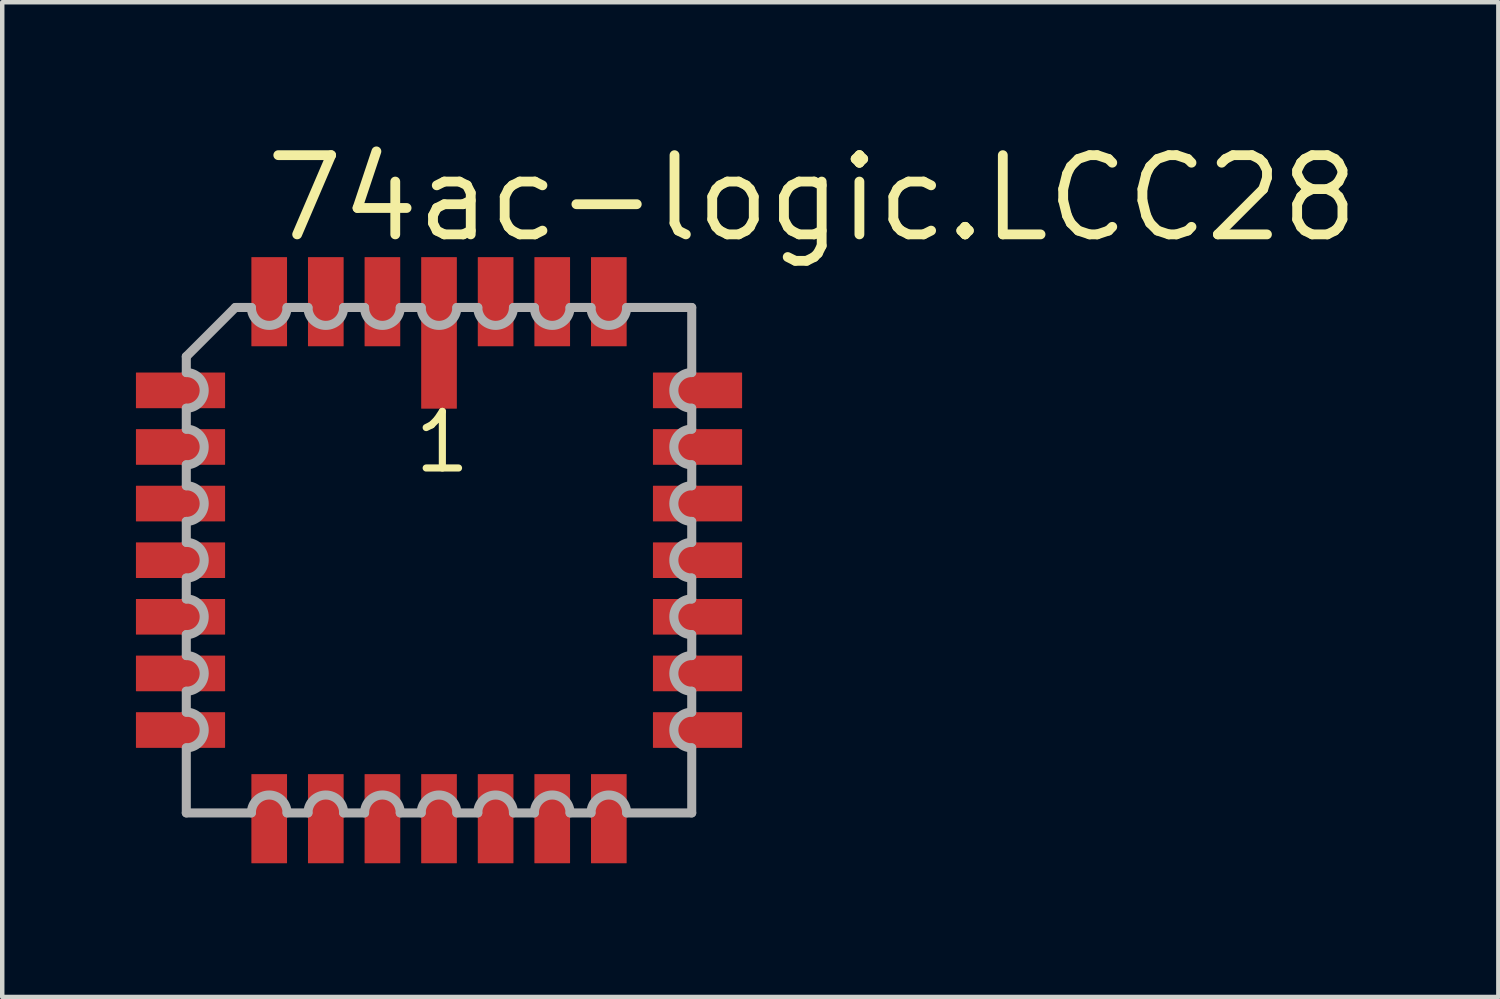
<source format=kicad_pcb>
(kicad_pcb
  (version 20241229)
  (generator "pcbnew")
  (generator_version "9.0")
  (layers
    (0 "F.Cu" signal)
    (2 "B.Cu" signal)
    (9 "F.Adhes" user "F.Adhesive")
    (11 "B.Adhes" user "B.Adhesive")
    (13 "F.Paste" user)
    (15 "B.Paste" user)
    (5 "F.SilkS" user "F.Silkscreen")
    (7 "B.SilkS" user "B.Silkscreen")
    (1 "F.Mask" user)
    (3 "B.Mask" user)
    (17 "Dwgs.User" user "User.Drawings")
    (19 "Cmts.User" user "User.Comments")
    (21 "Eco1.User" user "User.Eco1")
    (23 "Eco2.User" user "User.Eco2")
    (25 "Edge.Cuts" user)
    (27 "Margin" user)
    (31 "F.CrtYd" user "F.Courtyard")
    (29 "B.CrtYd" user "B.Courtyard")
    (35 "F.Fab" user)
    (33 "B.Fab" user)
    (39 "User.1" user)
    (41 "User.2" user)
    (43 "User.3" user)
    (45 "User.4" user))
  (footprint "74ac-logic.LCC28"
    (layer "F.Cu")
    (at 6.8 9.519)
    (property "Reference" "74ac-logic.LCC28" (at -4.005 -7.081 0) (layer "F.SilkS") (effects (font (size 1.778 1.778) (thickness 0.22)) (justify left bottom)))
    (attr smd)
    (fp_line (start -5.67 -4.57) (end -5.67 -4.21) (stroke (width 0.203) (type default)) (layer "F.Fab"))
    (fp_line (start -5.67 -3.41) (end -5.67 -2.94) (stroke (width 0.203) (type default)) (layer "F.Fab"))
    (fp_line (start -5.67 -2.14) (end -5.67 -1.67) (stroke (width 0.203) (type default)) (layer "F.Fab"))
    (fp_line (start -5.67 -0.87) (end -5.67 -0.4) (stroke (width 0.203) (type default)) (layer "F.Fab"))
    (fp_line (start -5.67 0.4) (end -5.67 0.87) (stroke (width 0.203) (type default)) (layer "F.Fab"))
    (fp_line (start -5.67 1.67) (end -5.67 2.14) (stroke (width 0.203) (type default)) (layer "F.Fab"))
    (fp_line (start -5.67 2.94) (end -5.67 3.41) (stroke (width 0.203) (type default)) (layer "F.Fab"))
    (fp_line (start -5.67 4.21) (end -5.67 5.67) (stroke (width 0.203) (type default)) (layer "F.Fab"))
    (fp_line (start -5.67 5.67) (end -4.21 5.67) (stroke (width 0.203) (type default)) (layer "F.Fab"))
    (fp_line (start -4.57 -5.67) (end -5.67 -4.57) (stroke (width 0.203) (type default)) (layer "F.Fab"))
    (fp_line (start -4.21 -5.67) (end -4.57 -5.67) (stroke (width 0.203) (type default)) (layer "F.Fab"))
    (fp_line (start -3.41 5.67) (end -2.94 5.67) (stroke (width 0.203) (type default)) (layer "F.Fab"))
    (fp_line (start -2.94 -5.67) (end -3.41 -5.67) (stroke (width 0.203) (type default)) (layer "F.Fab"))
    (fp_line (start -2.14 5.67) (end -1.67 5.67) (stroke (width 0.203) (type default)) (layer "F.Fab"))
    (fp_line (start -1.67 -5.67) (end -2.14 -5.67) (stroke (width 0.203) (type default)) (layer "F.Fab"))
    (fp_line (start -0.87 5.67) (end -0.4 5.67) (stroke (width 0.203) (type default)) (layer "F.Fab"))
    (fp_line (start -0.4 -5.67) (end -0.87 -5.67) (stroke (width 0.203) (type default)) (layer "F.Fab"))
    (fp_line (start 0.4 5.67) (end 0.87 5.67) (stroke (width 0.203) (type default)) (layer "F.Fab"))
    (fp_line (start 0.87 -5.67) (end 0.4 -5.67) (stroke (width 0.203) (type default)) (layer "F.Fab"))
    (fp_line (start 1.67 5.67) (end 2.14 5.67) (stroke (width 0.203) (type default)) (layer "F.Fab"))
    (fp_line (start 2.14 -5.67) (end 1.67 -5.67) (stroke (width 0.203) (type default)) (layer "F.Fab"))
    (fp_line (start 2.94 5.67) (end 3.41 5.67) (stroke (width 0.203) (type default)) (layer "F.Fab"))
    (fp_line (start 3.41 -5.67) (end 2.94 -5.67) (stroke (width 0.203) (type default)) (layer "F.Fab"))
    (fp_line (start 4.21 5.67) (end 5.67 5.67) (stroke (width 0.203) (type default)) (layer "F.Fab"))
    (fp_line (start 5.67 -5.67) (end 4.21 -5.67) (stroke (width 0.203) (type default)) (layer "F.Fab"))
    (fp_line (start 5.67 -4.21) (end 5.67 -5.67) (stroke (width 0.203) (type default)) (layer "F.Fab"))
    (fp_line (start 5.67 -2.94) (end 5.67 -3.41) (stroke (width 0.203) (type default)) (layer "F.Fab"))
    (fp_line (start 5.67 -1.67) (end 5.67 -2.14) (stroke (width 0.203) (type default)) (layer "F.Fab"))
    (fp_line (start 5.67 -0.4) (end 5.67 -0.87) (stroke (width 0.203) (type default)) (layer "F.Fab"))
    (fp_line (start 5.67 0.87) (end 5.67 0.4) (stroke (width 0.203) (type default)) (layer "F.Fab"))
    (fp_line (start 5.67 2.14) (end 5.67 1.67) (stroke (width 0.203) (type default)) (layer "F.Fab"))
    (fp_line (start 5.67 3.41) (end 5.67 2.94) (stroke (width 0.203) (type default)) (layer "F.Fab"))
    (fp_line (start 5.67 5.67) (end 5.67 4.21) (stroke (width 0.203) (type default)) (layer "F.Fab"))
    (fp_arc (start -5.6685 -4.21) (mid -5.2685 -3.81) (end -5.6685 -3.41) (stroke (width 0.2032) (type default)) (layer "F.Fab"))
    (fp_arc (start -5.6685 -2.94) (mid -5.2685 -2.54) (end -5.6685 -2.14) (stroke (width 0.2032) (type default)) (layer "F.Fab"))
    (fp_arc (start -5.6685 -1.67) (mid -5.2685 -1.27) (end -5.6685 -0.87) (stroke (width 0.2032) (type default)) (layer "F.Fab"))
    (fp_arc (start -5.6685 -0.4001) (mid -5.2684 0) (end -5.6685 0.4001) (stroke (width 0.2032) (type default)) (layer "F.Fab"))
    (fp_arc (start -5.6685 0.8699) (mid -5.2684 1.27) (end -5.6685 1.6701) (stroke (width 0.2032) (type default)) (layer "F.Fab"))
    (fp_arc (start -5.6685 2.1399) (mid -5.2684 2.54) (end -5.6685 2.9401) (stroke (width 0.2032) (type default)) (layer "F.Fab"))
    (fp_arc (start -5.6685 3.4099) (mid -5.2684 3.81) (end -5.6685 4.2101) (stroke (width 0.2032) (type default)) (layer "F.Fab"))
    (fp_arc (start -4.2101 5.6685) (mid -3.81 5.2684) (end -3.4099 5.6685) (stroke (width 0.2032) (type default)) (layer "F.Fab"))
    (fp_arc (start -3.4099 -5.6685) (mid -3.81 -5.2684) (end -4.2101 -5.6685) (stroke (width 0.2032) (type default)) (layer "F.Fab"))
    (fp_arc (start -2.9401 5.6685) (mid -2.54 5.2684) (end -2.1399 5.6685) (stroke (width 0.2032) (type default)) (layer "F.Fab"))
    (fp_arc (start -2.1399 -5.6685) (mid -2.54 -5.2684) (end -2.9401 -5.6685) (stroke (width 0.2032) (type default)) (layer "F.Fab"))
    (fp_arc (start -1.6701 5.6685) (mid -1.27 5.2684) (end -0.8699 5.6685) (stroke (width 0.2032) (type default)) (layer "F.Fab"))
    (fp_arc (start -0.8699 -5.6685) (mid -1.27 -5.2684) (end -1.6701 -5.6685) (stroke (width 0.2032) (type default)) (layer "F.Fab"))
    (fp_arc (start -0.4001 5.6685) (mid 0 5.2684) (end 0.4001 5.6685) (stroke (width 0.2032) (type default)) (layer "F.Fab"))
    (fp_arc (start 0.4001 -5.6685) (mid 0 -5.2684) (end -0.4001 -5.6685) (stroke (width 0.2032) (type default)) (layer "F.Fab"))
    (fp_arc (start 0.87 5.6685) (mid 1.27 5.2685) (end 1.67 5.6685) (stroke (width 0.2032) (type default)) (layer "F.Fab"))
    (fp_arc (start 1.67 -5.6685) (mid 1.27 -5.2685) (end 0.87 -5.6685) (stroke (width 0.2032) (type default)) (layer "F.Fab"))
    (fp_arc (start 2.14 5.6685) (mid 2.54 5.2685) (end 2.94 5.6685) (stroke (width 0.2032) (type default)) (layer "F.Fab"))
    (fp_arc (start 2.94 -5.6685) (mid 2.54 -5.2685) (end 2.14 -5.6685) (stroke (width 0.2032) (type default)) (layer "F.Fab"))
    (fp_arc (start 3.41 5.6685) (mid 3.81 5.2685) (end 4.21 5.6685) (stroke (width 0.2032) (type default)) (layer "F.Fab"))
    (fp_arc (start 4.21 -5.6685) (mid 3.81 -5.2685) (end 3.41 -5.6685) (stroke (width 0.2032) (type default)) (layer "F.Fab"))
    (fp_arc (start 5.6685 -3.4099) (mid 5.2684 -3.81) (end 5.6685 -4.2101) (stroke (width 0.2032) (type default)) (layer "F.Fab"))
    (fp_arc (start 5.6685 -2.1399) (mid 5.2684 -2.54) (end 5.6685 -2.9401) (stroke (width 0.2032) (type default)) (layer "F.Fab"))
    (fp_arc (start 5.6685 -0.8699) (mid 5.2684 -1.27) (end 5.6685 -1.6701) (stroke (width 0.2032) (type default)) (layer "F.Fab"))
    (fp_arc (start 5.6685 0.4001) (mid 5.2684 0) (end 5.6685 -0.4001) (stroke (width 0.2032) (type default)) (layer "F.Fab"))
    (fp_arc (start 5.6685 1.67) (mid 5.2685 1.27) (end 5.6685 0.87) (stroke (width 0.2032) (type default)) (layer "F.Fab"))
    (fp_arc (start 5.6685 2.94) (mid 5.2685 2.54) (end 5.6685 2.14) (stroke (width 0.2032) (type default)) (layer "F.Fab"))
    (fp_arc (start 5.6685 4.21) (mid 5.2685 3.81) (end 5.6685 3.41) (stroke (width 0.2032) (type default)) (layer "F.Fab"))
    (fp_text user "1" (at -0.635 -1.905 0) (layer "F.SilkS") (effects (font (size 1.27 1.27) (thickness 0.16)) (justify left bottom)))
    (pad "1" smd roundrect (at 0 -5.1) (size 0.8 3.4) (layers "F.Cu" "F.Mask" "F.Paste") (roundrect_rratio 0.01))
    (pad "2" smd roundrect (at -1.27 -5.8) (size 0.8 2) (layers "F.Cu" "F.Mask" "F.Paste") (roundrect_rratio 0.01))
    (pad "3" smd roundrect (at -2.54 -5.8) (size 0.8 2) (layers "F.Cu" "F.Mask" "F.Paste") (roundrect_rratio 0.01))
    (pad "4" smd roundrect (at -3.81 -5.8) (size 0.8 2) (layers "F.Cu" "F.Mask" "F.Paste") (roundrect_rratio 0.01))
    (pad "5" smd roundrect (at -5.8 -3.81) (size 2 0.8) (layers "F.Cu" "F.Mask" "F.Paste") (roundrect_rratio 0.01))
    (pad "6" smd roundrect (at -5.8 -2.54) (size 2 0.8) (layers "F.Cu" "F.Mask" "F.Paste") (roundrect_rratio 0.01))
    (pad "7" smd roundrect (at -5.8 -1.27) (size 2 0.8) (layers "F.Cu" "F.Mask" "F.Paste") (roundrect_rratio 0.01))
    (pad "8" smd roundrect (at -5.8 0) (size 2 0.8) (layers "F.Cu" "F.Mask" "F.Paste") (roundrect_rratio 0.01))
    (pad "9" smd roundrect (at -5.8 1.27) (size 2 0.8) (layers "F.Cu" "F.Mask" "F.Paste") (roundrect_rratio 0.01))
    (pad "10" smd roundrect (at -5.8 2.54) (size 2 0.8) (layers "F.Cu" "F.Mask" "F.Paste") (roundrect_rratio 0.01))
    (pad "11" smd roundrect (at -5.8 3.81) (size 2 0.8) (layers "F.Cu" "F.Mask" "F.Paste") (roundrect_rratio 0.01))
    (pad "12" smd roundrect (at -3.81 5.8) (size 0.8 2) (layers "F.Cu" "F.Mask" "F.Paste") (roundrect_rratio 0.01))
    (pad "13" smd roundrect (at -2.54 5.8) (size 0.8 2) (layers "F.Cu" "F.Mask" "F.Paste") (roundrect_rratio 0.01))
    (pad "14" smd roundrect (at -1.27 5.8) (size 0.8 2) (layers "F.Cu" "F.Mask" "F.Paste") (roundrect_rratio 0.01))
    (pad "15" smd roundrect (at 0 5.8) (size 0.8 2) (layers "F.Cu" "F.Mask" "F.Paste") (roundrect_rratio 0.01))
    (pad "16" smd roundrect (at 1.27 5.8) (size 0.8 2) (layers "F.Cu" "F.Mask" "F.Paste") (roundrect_rratio 0.01))
    (pad "17" smd roundrect (at 2.54 5.8) (size 0.8 2) (layers "F.Cu" "F.Mask" "F.Paste") (roundrect_rratio 0.01))
    (pad "18" smd roundrect (at 3.81 5.8) (size 0.8 2) (layers "F.Cu" "F.Mask" "F.Paste") (roundrect_rratio 0.01))
    (pad "19" smd roundrect (at 5.8 3.81) (size 2 0.8) (layers "F.Cu" "F.Mask" "F.Paste") (roundrect_rratio 0.01))
    (pad "20" smd roundrect (at 5.8 2.54) (size 2 0.8) (layers "F.Cu" "F.Mask" "F.Paste") (roundrect_rratio 0.01))
    (pad "21" smd roundrect (at 5.8 1.27) (size 2 0.8) (layers "F.Cu" "F.Mask" "F.Paste") (roundrect_rratio 0.01))
    (pad "22" smd roundrect (at 5.8 0) (size 2 0.8) (layers "F.Cu" "F.Mask" "F.Paste") (roundrect_rratio 0.01))
    (pad "23" smd roundrect (at 5.8 -1.27) (size 2 0.8) (layers "F.Cu" "F.Mask" "F.Paste") (roundrect_rratio 0.01))
    (pad "24" smd roundrect (at 5.8 -2.54) (size 2 0.8) (layers "F.Cu" "F.Mask" "F.Paste") (roundrect_rratio 0.01))
    (pad "25" smd roundrect (at 5.8 -3.81) (size 2 0.8) (layers "F.Cu" "F.Mask" "F.Paste") (roundrect_rratio 0.01))
    (pad "26" smd roundrect (at 3.81 -5.8) (size 0.8 2) (layers "F.Cu" "F.Mask" "F.Paste") (roundrect_rratio 0.01))
    (pad "27" smd roundrect (at 2.54 -5.8) (size 0.8 2) (layers "F.Cu" "F.Mask" "F.Paste") (roundrect_rratio 0.01))
    (pad "28" smd roundrect (at 1.27 -5.8) (size 0.8 2) (layers "F.Cu" "F.Mask" "F.Paste") (roundrect_rratio 0.01)))
  (gr_rect
    (start -3 -3)
    (end 30.568 19.319)
    (stroke (width 0.1) (type default))
    (fill no)
    (layer "Edge.Cuts")))
</source>
